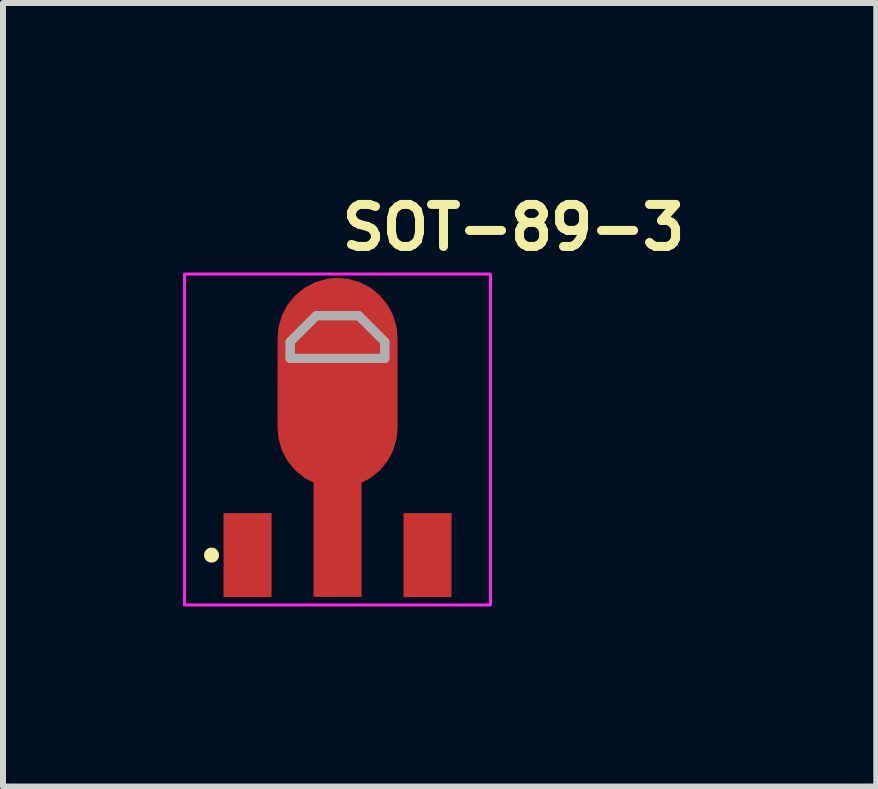
<source format=kicad_pcb>
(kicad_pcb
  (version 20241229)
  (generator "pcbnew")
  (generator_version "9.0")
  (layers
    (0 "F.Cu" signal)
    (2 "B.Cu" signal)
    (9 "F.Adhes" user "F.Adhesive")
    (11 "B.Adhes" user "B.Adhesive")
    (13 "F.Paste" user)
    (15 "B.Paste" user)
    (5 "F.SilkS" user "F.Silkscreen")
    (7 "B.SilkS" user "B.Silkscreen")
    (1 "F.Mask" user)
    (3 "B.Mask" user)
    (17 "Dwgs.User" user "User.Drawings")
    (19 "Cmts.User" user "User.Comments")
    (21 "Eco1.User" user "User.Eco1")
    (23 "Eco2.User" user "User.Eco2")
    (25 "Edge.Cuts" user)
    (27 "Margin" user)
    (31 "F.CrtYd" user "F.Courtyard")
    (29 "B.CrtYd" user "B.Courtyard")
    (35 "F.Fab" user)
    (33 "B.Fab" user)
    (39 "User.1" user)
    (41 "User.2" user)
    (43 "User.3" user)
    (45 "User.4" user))
  (footprint "SOT-89-3"
    (layer "F.Cu")
    (at 2.575 4.55)
    (property "Reference" "SOT-89-3" (at 0 -3.4 0) (layer "F.SilkS") (effects (font (size 0.7 0.7) (thickness 0.15)) (justify left bottom)))
    (attr smd)
    (fp_circle (center -2.1 1.65) (end -2.05 1.65) (stroke (width 0.15) (type solid)) (fill yes) (layer "F.SilkS"))
    (fp_rect (start -2.55 -3.034) (end 2.548 2.481) (stroke (width 0.05) (type solid)) (fill no) (layer "F.CrtYd"))
    (fp_line (start -0.79 -1.905) (end -0.356 -2.339) (stroke (width 0.15) (type solid)) (layer "F.Fab"))
    (fp_line (start -0.79 -1.627) (end -0.79 -1.905) (stroke (width 0.15) (type solid)) (layer "F.Fab"))
    (fp_line (start -0.356 -2.339) (end 0.353 -2.339) (stroke (width 0.15) (type solid)) (layer "F.Fab"))
    (fp_line (start 0.353 -2.339) (end 0.787 -1.905) (stroke (width 0.15) (type solid)) (layer "F.Fab"))
    (fp_line (start 0.787 -1.905) (end 0.787 -1.627) (stroke (width 0.15) (type solid)) (layer "F.Fab"))
    (fp_line (start 0.787 -1.627) (end -0.79 -1.627) (stroke (width 0.15) (type solid)) (layer "F.Fab"))
    (fp_poly (pts (xy -0.79 -1.651) (xy -0.79 -1.905) (xy -0.356 -2.339) (xy 0.302 -2.339) (xy 0.353 -2.339) (xy 0.787 -1.905) (xy 0.787 -1.627) (xy -0.79 -1.627)) (stroke (width 0.15) (type solid)) (fill no) (layer "F.Fab"))
    (fp_rect (start -2.25 -2.084) (end 2.248 2.081) (stroke (width 0.1) (type solid)) (fill no) (layer "User.5"))
    (fp_line (start -2.25 -1.549) (end 2.248 -1.549) (stroke (width 0.02) (type solid)) (layer "User.9"))
    (fp_line (start -2.25 0.888) (end -2.25 -1.549) (stroke (width 0.02) (type solid)) (layer "User.9"))
    (fp_line (start -2.25 0.888) (end -2.028 0.667) (stroke (width 0.02) (type solid)) (layer "User.9"))
    (fp_line (start -2.027 -1.329) (end -2.249 -1.551) (stroke (width 0.02) (type solid)) (layer "User.9"))
    (fp_line (start -2.027 -1.329) (end 2.024 -1.329) (stroke (width 0.02) (type solid)) (layer "User.9"))
    (fp_line (start -2.027 0.668) (end -2.027 -1.329) (stroke (width 0.02) (type solid)) (layer "User.9"))
    (fp_line (start -1.768 0.888) (end -1.768 2.081) (stroke (width 0.02) (type solid)) (layer "User.9"))
    (fp_line (start -1.583 0.355) (end -1.583 0.359) (stroke (width 0.02) (type solid)) (layer "User.9"))
    (fp_line (start -1.583 0.359) (end -1.583 0.359) (stroke (width 0.02) (type solid)) (layer "User.9"))
    (fp_line (start -1.583 0.359) (end -1.583 0.364) (stroke (width 0.02) (type solid)) (layer "User.9"))
    (fp_line (start -1.583 0.364) (end -1.581 0.368) (stroke (width 0.02) (type solid)) (layer "User.9"))
    (fp_line (start -1.581 0.344) (end -1.581 0.348) (stroke (width 0.02) (type solid)) (layer "User.9"))
    (fp_line (start -1.581 0.348) (end -1.581 0.351) (stroke (width 0.02) (type solid)) (layer "User.9"))
    (fp_line (start -1.581 0.351) (end -1.583 0.355) (stroke (width 0.02) (type solid)) (layer "User.9"))
    (fp_line (start -1.581 0.368) (end -1.581 0.372) (stroke (width 0.02) (type solid)) (layer "User.9"))
    (fp_line (start -1.581 0.372) (end -1.581 0.376) (stroke (width 0.02) (type solid)) (layer "User.9"))
    (fp_line (start -1.581 0.376) (end -1.579 0.38) (stroke (width 0.02) (type solid)) (layer "User.9"))
    (fp_line (start -1.579 0.336) (end -1.579 0.34) (stroke (width 0.02) (type solid)) (layer "User.9"))
    (fp_line (start -1.579 0.34) (end -1.581 0.344) (stroke (width 0.02) (type solid)) (layer "User.9"))
    (fp_line (start -1.579 0.38) (end -1.579 0.385) (stroke (width 0.02) (type solid)) (layer "User.9"))
    (fp_line (start -1.579 0.385) (end -1.577 0.388) (stroke (width 0.02) (type solid)) (layer "User.9"))
    (fp_line (start -1.577 0.333) (end -1.579 0.336) (stroke (width 0.02) (type solid)) (layer "User.9"))
    (fp_line (start -1.577 0.388) (end -1.575 0.392) (stroke (width 0.02) (type solid)) (layer "User.9"))
    (fp_line (start -1.575 0.325) (end -1.575 0.329) (stroke (width 0.02) (type solid)) (layer "User.9"))
    (fp_line (start -1.575 0.329) (end -1.577 0.333) (stroke (width 0.02) (type solid)) (layer "User.9"))
    (fp_line (start -1.575 0.392) (end -1.575 0.396) (stroke (width 0.02) (type solid)) (layer "User.9"))
    (fp_line (start -1.575 0.396) (end -1.573 0.399) (stroke (width 0.02) (type solid)) (layer "User.9"))
    (fp_line (start -1.573 0.322) (end -1.575 0.325) (stroke (width 0.02) (type solid)) (layer "User.9"))
    (fp_line (start -1.573 0.399) (end -1.571 0.403) (stroke (width 0.02) (type solid)) (layer "User.9"))
    (fp_line (start -1.571 0.317) (end -1.573 0.322) (stroke (width 0.02) (type solid)) (layer "User.9"))
    (fp_line (start -1.571 0.403) (end -1.569 0.406) (stroke (width 0.02) (type solid)) (layer "User.9"))
    (fp_line (start -1.569 0.314) (end -1.571 0.317) (stroke (width 0.02) (type solid)) (layer "User.9"))
    (fp_line (start -1.569 0.406) (end -1.567 0.409) (stroke (width 0.02) (type solid)) (layer "User.9"))
    (fp_line (start -1.567 0.311) (end -1.569 0.314) (stroke (width 0.02) (type solid)) (layer "User.9"))
    (fp_line (start -1.567 0.409) (end -1.563 0.412) (stroke (width 0.02) (type solid)) (layer "User.9"))
    (fp_line (start -1.563 0.308) (end -1.567 0.311) (stroke (width 0.02) (type solid)) (layer "User.9"))
    (fp_line (start -1.563 0.412) (end -1.561 0.415) (stroke (width 0.02) (type solid)) (layer "User.9"))
    (fp_line (start -1.561 0.305) (end -1.563 0.308) (stroke (width 0.02) (type solid)) (layer "User.9"))
    (fp_line (start -1.561 0.415) (end -1.559 0.417) (stroke (width 0.02) (type solid)) (layer "User.9"))
    (fp_line (start -1.559 0.302) (end -1.561 0.305) (stroke (width 0.02) (type solid)) (layer "User.9"))
    (fp_line (start -1.559 0.417) (end -1.555 0.42) (stroke (width 0.02) (type solid)) (layer "User.9"))
    (fp_line (start -1.555 0.299) (end -1.559 0.302) (stroke (width 0.02) (type solid)) (layer "User.9"))
    (fp_line (start -1.555 0.42) (end -1.553 0.422) (stroke (width 0.02) (type solid)) (layer "User.9"))
    (fp_line (start -1.553 0.297) (end -1.555 0.299) (stroke (width 0.02) (type solid)) (layer "User.9"))
    (fp_line (start -1.553 0.422) (end -1.549 0.425) (stroke (width 0.02) (type solid)) (layer "User.9"))
    (fp_line (start -1.549 0.294) (end -1.553 0.297) (stroke (width 0.02) (type solid)) (layer "User.9"))
    (fp_line (start -1.549 0.425) (end -1.547 0.427) (stroke (width 0.02) (type solid)) (layer "User.9"))
    (fp_line (start -1.547 0.292) (end -1.549 0.294) (stroke (width 0.02) (type solid)) (layer "User.9"))
    (fp_line (start -1.547 0.427) (end -1.543 0.429) (stroke (width 0.02) (type solid)) (layer "User.9"))
    (fp_line (start -1.543 0.29) (end -1.547 0.292) (stroke (width 0.02) (type solid)) (layer "User.9"))
    (fp_line (start -1.543 0.429) (end -1.539 0.431) (stroke (width 0.02) (type solid)) (layer "User.9"))
    (fp_line (start -1.539 0.288) (end -1.543 0.29) (stroke (width 0.02) (type solid)) (layer "User.9"))
    (fp_line (start -1.539 0.431) (end -1.536 0.433) (stroke (width 0.02) (type solid)) (layer "User.9"))
    (fp_line (start -1.536 0.287) (end -1.539 0.288) (stroke (width 0.02) (type solid)) (layer "User.9"))
    (fp_line (start -1.536 0.433) (end -1.532 0.434) (stroke (width 0.02) (type solid)) (layer "User.9"))
    (fp_line (start -1.532 0.286) (end -1.536 0.287) (stroke (width 0.02) (type solid)) (layer "User.9"))
    (fp_line (start -1.532 0.434) (end -1.528 0.436) (stroke (width 0.02) (type solid)) (layer "User.9"))
    (fp_line (start -1.528 0.284) (end -1.532 0.286) (stroke (width 0.02) (type solid)) (layer "User.9"))
    (fp_line (start -1.528 0.436) (end -1.526 0.437) (stroke (width 0.02) (type solid)) (layer "User.9"))
    (fp_line (start -1.526 0.283) (end -1.528 0.284) (stroke (width 0.02) (type solid)) (layer "User.9"))
    (fp_line (start -1.526 0.437) (end -1.522 0.438) (stroke (width 0.02) (type solid)) (layer "User.9"))
    (fp_line (start -1.522 0.282) (end -1.526 0.283) (stroke (width 0.02) (type solid)) (layer "User.9"))
    (fp_line (start -1.522 0.438) (end -1.518 0.439) (stroke (width 0.02) (type solid)) (layer "User.9"))
    (fp_line (start -1.518 0.281) (end -1.522 0.282) (stroke (width 0.02) (type solid)) (layer "User.9"))
    (fp_line (start -1.518 0.439) (end -1.514 0.44) (stroke (width 0.02) (type solid)) (layer "User.9"))
    (fp_line (start -1.514 0.28) (end -1.518 0.281) (stroke (width 0.02) (type solid)) (layer "User.9"))
    (fp_line (start -1.514 0.44) (end -1.51 0.44) (stroke (width 0.02) (type solid)) (layer "User.9"))
    (fp_line (start -1.51 0.28) (end -1.514 0.28) (stroke (width 0.02) (type solid)) (layer "User.9"))
    (fp_line (start -1.51 0.44) (end -1.506 0.441) (stroke (width 0.02) (type solid)) (layer "User.9"))
    (fp_line (start -1.506 0.279) (end -1.51 0.28) (stroke (width 0.02) (type solid)) (layer "User.9"))
    (fp_line (start -1.506 0.441) (end -1.5 0.441) (stroke (width 0.02) (type solid)) (layer "User.9"))
    (fp_line (start -1.5 0.279) (end -1.506 0.279) (stroke (width 0.02) (type solid)) (layer "User.9"))
    (fp_line (start -1.5 0.279) (end -1.5 0.279) (stroke (width 0.02) (type solid)) (layer "User.9"))
    (fp_line (start -1.5 0.441) (end -1.5 0.441) (stroke (width 0.02) (type solid)) (layer "User.9"))
    (fp_line (start -1.5 0.441) (end -1.496 0.441) (stroke (width 0.02) (type solid)) (layer "User.9"))
    (fp_line (start -1.496 0.279) (end -1.5 0.279) (stroke (width 0.02) (type solid)) (layer "User.9"))
    (fp_line (start -1.496 0.441) (end -1.492 0.44) (stroke (width 0.02) (type solid)) (layer "User.9"))
    (fp_line (start -1.492 0.28) (end -1.496 0.279) (stroke (width 0.02) (type solid)) (layer "User.9"))
    (fp_line (start -1.492 0.44) (end -1.488 0.44) (stroke (width 0.02) (type solid)) (layer "User.9"))
    (fp_line (start -1.488 0.28) (end -1.492 0.28) (stroke (width 0.02) (type solid)) (layer "User.9"))
    (fp_line (start -1.488 0.44) (end -1.484 0.439) (stroke (width 0.02) (type solid)) (layer "User.9"))
    (fp_line (start -1.484 0.281) (end -1.488 0.28) (stroke (width 0.02) (type solid)) (layer "User.9"))
    (fp_line (start -1.484 0.439) (end -1.48 0.438) (stroke (width 0.02) (type solid)) (layer "User.9"))
    (fp_line (start -1.48 0.282) (end -1.484 0.281) (stroke (width 0.02) (type solid)) (layer "User.9"))
    (fp_line (start -1.48 0.438) (end -1.476 0.437) (stroke (width 0.02) (type solid)) (layer "User.9"))
    (fp_line (start -1.476 0.283) (end -1.48 0.282) (stroke (width 0.02) (type solid)) (layer "User.9"))
    (fp_line (start -1.476 0.437) (end -1.474 0.436) (stroke (width 0.02) (type solid)) (layer "User.9"))
    (fp_line (start -1.474 0.284) (end -1.476 0.283) (stroke (width 0.02) (type solid)) (layer "User.9"))
    (fp_line (start -1.474 0.436) (end -1.47 0.434) (stroke (width 0.02) (type solid)) (layer "User.9"))
    (fp_line (start -1.47 0.286) (end -1.474 0.284) (stroke (width 0.02) (type solid)) (layer "User.9"))
    (fp_line (start -1.47 0.434) (end -1.466 0.433) (stroke (width 0.02) (type solid)) (layer "User.9"))
    (fp_line (start -1.466 0.287) (end -1.47 0.286) (stroke (width 0.02) (type solid)) (layer "User.9"))
    (fp_line (start -1.466 0.433) (end -1.462 0.431) (stroke (width 0.02) (type solid)) (layer "User.9"))
    (fp_line (start -1.462 0.288) (end -1.466 0.287) (stroke (width 0.02) (type solid)) (layer "User.9"))
    (fp_line (start -1.462 0.431) (end -1.458 0.429) (stroke (width 0.02) (type solid)) (layer "User.9"))
    (fp_line (start -1.458 0.29) (end -1.462 0.288) (stroke (width 0.02) (type solid)) (layer "User.9"))
    (fp_line (start -1.458 0.429) (end -1.456 0.427) (stroke (width 0.02) (type solid)) (layer "User.9"))
    (fp_line (start -1.456 0.292) (end -1.458 0.29) (stroke (width 0.02) (type solid)) (layer "User.9"))
    (fp_line (start -1.456 0.427) (end -1.452 0.425) (stroke (width 0.02) (type solid)) (layer "User.9"))
    (fp_line (start -1.452 0.294) (end -1.456 0.292) (stroke (width 0.02) (type solid)) (layer "User.9"))
    (fp_line (start -1.452 0.425) (end -1.45 0.422) (stroke (width 0.02) (type solid)) (layer "User.9"))
    (fp_line (start -1.45 0.297) (end -1.452 0.294) (stroke (width 0.02) (type solid)) (layer "User.9"))
    (fp_line (start -1.45 0.422) (end -1.446 0.42) (stroke (width 0.02) (type solid)) (layer "User.9"))
    (fp_line (start -1.446 0.299) (end -1.45 0.297) (stroke (width 0.02) (type solid)) (layer "User.9"))
    (fp_line (start -1.446 0.42) (end -1.444 0.417) (stroke (width 0.02) (type solid)) (layer "User.9"))
    (fp_line (start -1.444 0.302) (end -1.446 0.299) (stroke (width 0.02) (type solid)) (layer "User.9"))
    (fp_line (start -1.444 0.417) (end -1.44 0.415) (stroke (width 0.02) (type solid)) (layer "User.9"))
    (fp_line (start -1.44 0.305) (end -1.444 0.302) (stroke (width 0.02) (type solid)) (layer "User.9"))
    (fp_line (start -1.44 0.415) (end -1.438 0.412) (stroke (width 0.02) (type solid)) (layer "User.9"))
    (fp_line (start -1.438 0.308) (end -1.44 0.305) (stroke (width 0.02) (type solid)) (layer "User.9"))
    (fp_line (start -1.438 0.412) (end -1.436 0.409) (stroke (width 0.02) (type solid)) (layer "User.9"))
    (fp_line (start -1.436 0.311) (end -1.438 0.308) (stroke (width 0.02) (type solid)) (layer "User.9"))
    (fp_line (start -1.436 0.409) (end -1.434 0.406) (stroke (width 0.02) (type solid)) (layer "User.9"))
    (fp_line (start -1.434 0.314) (end -1.436 0.311) (stroke (width 0.02) (type solid)) (layer "User.9"))
    (fp_line (start -1.434 0.406) (end -1.432 0.403) (stroke (width 0.02) (type solid)) (layer "User.9"))
    (fp_line (start -1.432 0.317) (end -1.434 0.314) (stroke (width 0.02) (type solid)) (layer "User.9"))
    (fp_line (start -1.432 0.403) (end -1.43 0.399) (stroke (width 0.02) (type solid)) (layer "User.9"))
    (fp_line (start -1.43 0.322) (end -1.432 0.317) (stroke (width 0.02) (type solid)) (layer "User.9"))
    (fp_line (start -1.43 0.399) (end -1.428 0.396) (stroke (width 0.02) (type solid)) (layer "User.9"))
    (fp_line (start -1.428 0.325) (end -1.43 0.322) (stroke (width 0.02) (type solid)) (layer "User.9"))
    (fp_line (start -1.428 0.396) (end -1.426 0.392) (stroke (width 0.02) (type solid)) (layer "User.9"))
    (fp_line (start -1.426 0.329) (end -1.428 0.325) (stroke (width 0.02) (type solid)) (layer "User.9"))
    (fp_line (start -1.426 0.392) (end -1.424 0.388) (stroke (width 0.02) (type solid)) (layer "User.9"))
    (fp_line (start -1.424 0.333) (end -1.426 0.329) (stroke (width 0.02) (type solid)) (layer "User.9"))
    (fp_line (start -1.424 0.336) (end -1.424 0.333) (stroke (width 0.02) (type solid)) (layer "User.9"))
    (fp_line (start -1.424 0.385) (end -1.422 0.38) (stroke (width 0.02) (type solid)) (layer "User.9"))
    (fp_line (start -1.424 0.388) (end -1.424 0.385) (stroke (width 0.02) (type solid)) (layer "User.9"))
    (fp_line (start -1.422 0.34) (end -1.424 0.336) (stroke (width 0.02) (type solid)) (layer "User.9"))
    (fp_line (start -1.422 0.344) (end -1.422 0.34) (stroke (width 0.02) (type solid)) (layer "User.9"))
    (fp_line (start -1.422 0.376) (end -1.42 0.372) (stroke (width 0.02) (type solid)) (layer "User.9"))
    (fp_line (start -1.422 0.38) (end -1.422 0.376) (stroke (width 0.02) (type solid)) (layer "User.9"))
    (fp_line (start -1.42 0.348) (end -1.422 0.344) (stroke (width 0.02) (type solid)) (layer "User.9"))
    (fp_line (start -1.42 0.351) (end -1.42 0.348) (stroke (width 0.02) (type solid)) (layer "User.9"))
    (fp_line (start -1.42 0.355) (end -1.42 0.351) (stroke (width 0.02) (type solid)) (layer "User.9"))
    (fp_line (start -1.42 0.359) (end -1.42 0.355) (stroke (width 0.02) (type solid)) (layer "User.9"))
    (fp_line (start -1.42 0.359) (end -1.42 0.359) (stroke (width 0.02) (type solid)) (layer "User.9"))
    (fp_line (start -1.42 0.359) (end -1.42 0.359) (stroke (width 0.02) (type solid)) (layer "User.9"))
    (fp_line (start -1.42 0.364) (end -1.42 0.359) (stroke (width 0.02) (type solid)) (layer "User.9"))
    (fp_line (start -1.42 0.368) (end -1.42 0.364) (stroke (width 0.02) (type solid)) (layer "User.9"))
    (fp_line (start -1.42 0.372) (end -1.42 0.368) (stroke (width 0.02) (type solid)) (layer "User.9"))
    (fp_line (start -1.234 2.081) (end -1.768 2.081) (stroke (width 0.02) (type solid)) (layer "User.9"))
    (fp_line (start -1.234 2.081) (end -1.234 0.888) (stroke (width 0.02) (type solid)) (layer "User.9"))
    (fp_line (start -0.864 -2.084) (end -0.864 -1.549) (stroke (width 0.02) (type solid)) (layer "User.9"))
    (fp_line (start -0.269 0.888) (end -0.269 2.081) (stroke (width 0.02) (type solid)) (layer "User.9"))
    (fp_line (start -0.269 2.081) (end 0.267 2.081) (stroke (width 0.02) (type solid)) (layer "User.9"))
    (fp_line (start 0.267 2.081) (end 0.267 0.888) (stroke (width 0.02) (type solid)) (layer "User.9"))
    (fp_line (start 0.862 -2.084) (end -0.864 -2.084) (stroke (width 0.02) (type solid)) (layer "User.9"))
    (fp_line (start 0.862 -1.549) (end 0.862 -2.084) (stroke (width 0.02) (type solid)) (layer "User.9"))
    (fp_line (start 1.233 0.888) (end 1.233 2.081) (stroke (width 0.02) (type solid)) (layer "User.9"))
    (fp_line (start 1.765 2.081) (end 1.233 2.081) (stroke (width 0.02) (type solid)) (layer "User.9"))
    (fp_line (start 1.765 2.081) (end 1.765 0.888) (stroke (width 0.02) (type solid)) (layer "User.9"))
    (fp_line (start 2.024 -1.329) (end 2.024 0.668) (stroke (width 0.02) (type solid)) (layer "User.9"))
    (fp_line (start 2.024 -1.329) (end 2.246 -1.551) (stroke (width 0.02) (type solid)) (layer "User.9"))
    (fp_line (start 2.024 0.668) (end -2.027 0.668) (stroke (width 0.02) (type solid)) (layer "User.9"))
    (fp_line (start 2.024 0.668) (end 2.246 0.888) (stroke (width 0.02) (type solid)) (layer "User.9"))
    (fp_line (start 2.248 -1.549) (end 2.248 0.888) (stroke (width 0.02) (type solid)) (layer "User.9"))
    (fp_line (start 2.248 0.888) (end -2.25 0.888) (stroke (width 0.02) (type solid)) (layer "User.9"))
    (pad "1" smd rect (at -1.5 1.65) (size 0.8 1.4) (layers "F.Cu" "F.Mask" "F.Paste"))
    (pad "2" smd roundrect (at 0 -1.22) (size 2 3.5) (layers "F.Cu" "F.Mask" "F.Paste") (roundrect_rratio 0.5))
    (pad "2" smd rect (at 0 1.396) (size 0.8 1.9) (layers "F.Cu" "F.Mask" "F.Paste"))
    (pad "3" smd rect (at 1.499 1.65) (size 0.8 1.4) (layers "F.Cu" "F.Mask" "F.Paste")))
  (gr_rect
    (start -3 -3)
    (end 11.552 10.056)
    (stroke (width 0.1) (type default))
    (fill no)
    (layer "Edge.Cuts")))
</source>
